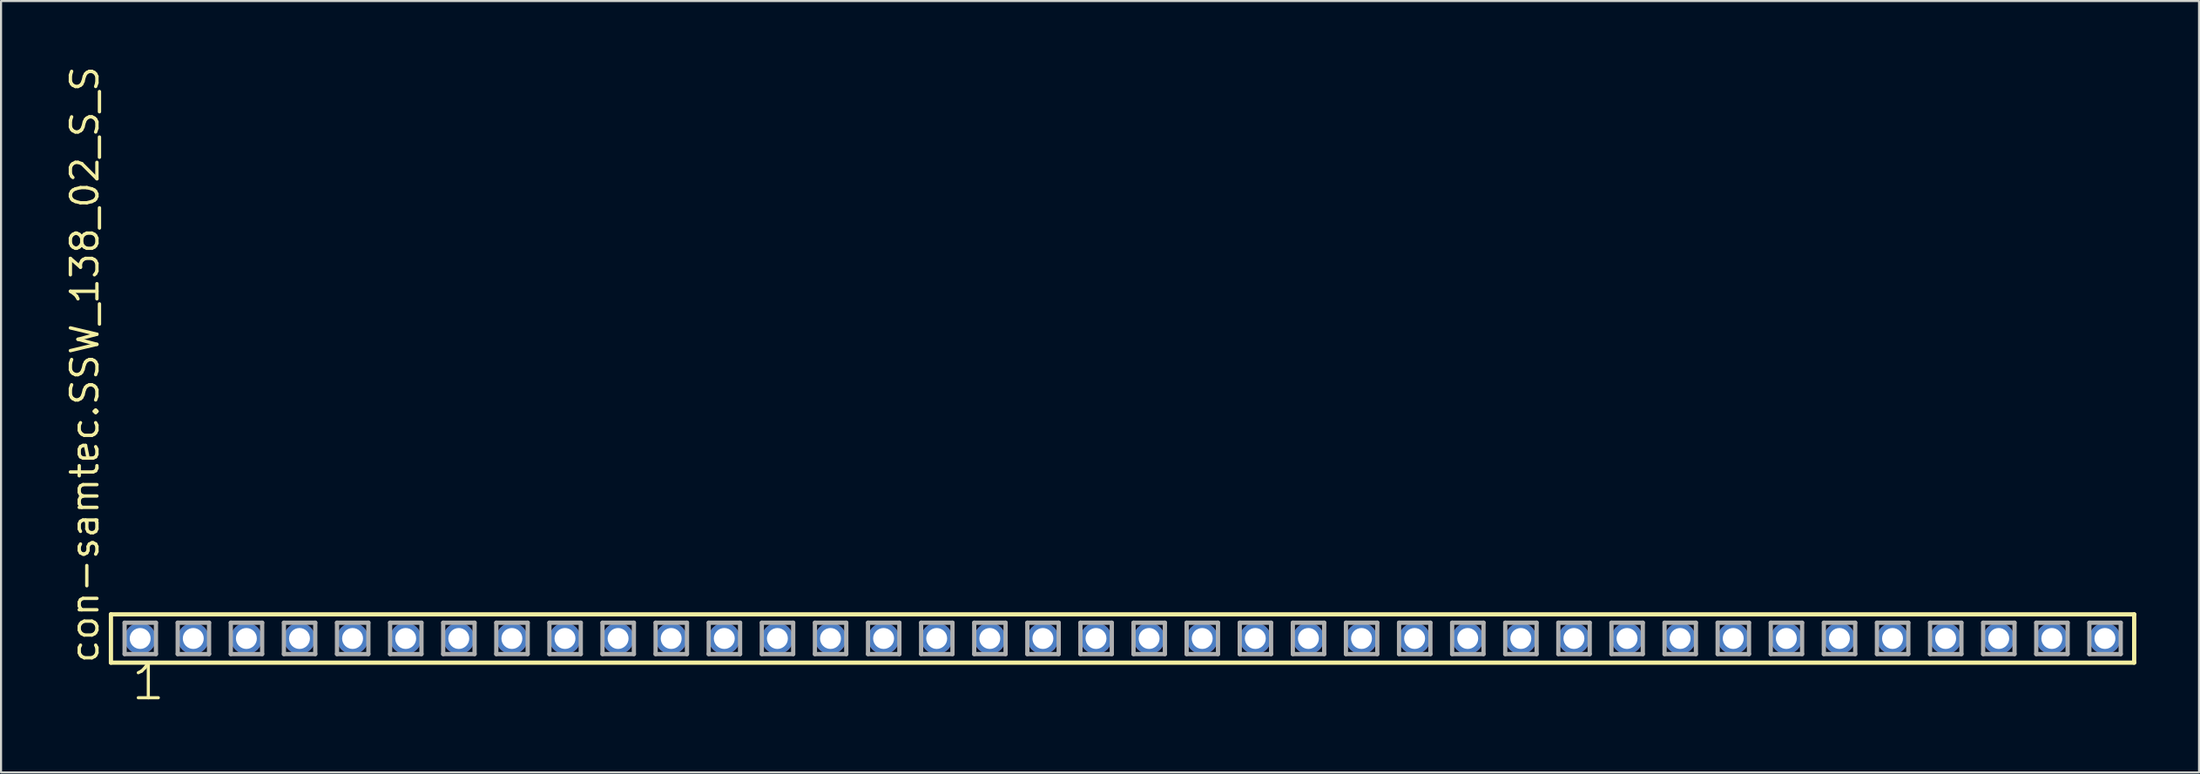
<source format=kicad_pcb>
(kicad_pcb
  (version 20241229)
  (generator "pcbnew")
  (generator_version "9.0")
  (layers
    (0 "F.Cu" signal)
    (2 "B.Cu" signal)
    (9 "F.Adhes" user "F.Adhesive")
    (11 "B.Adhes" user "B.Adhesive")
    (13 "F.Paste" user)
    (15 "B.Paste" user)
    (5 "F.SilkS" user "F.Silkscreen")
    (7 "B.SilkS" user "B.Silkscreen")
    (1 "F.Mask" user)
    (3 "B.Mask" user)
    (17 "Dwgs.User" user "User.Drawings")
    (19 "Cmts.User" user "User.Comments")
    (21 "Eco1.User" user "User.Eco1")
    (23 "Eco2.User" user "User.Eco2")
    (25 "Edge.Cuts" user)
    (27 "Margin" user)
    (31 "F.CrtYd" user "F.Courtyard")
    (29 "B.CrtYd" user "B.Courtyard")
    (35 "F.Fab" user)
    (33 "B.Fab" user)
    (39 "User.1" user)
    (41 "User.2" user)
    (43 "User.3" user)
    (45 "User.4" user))
  (footprint "con-samtec.SSW_138_02_S_S"
    (layer "F.Cu")
    (at 50.645 27.501)
    (property "Reference" "con-samtec.SSW_138_02_S_S" (at -48.895 1.27 90) (layer "F.SilkS") (effects (font (size 1.27 1.27) (thickness 0.16)) (justify left bottom)))
    (attr through_hole)
    (fp_line (start -48.389 -1.155) (end 48.389 -1.155) (stroke (width 0.203) (type default)) (layer "F.SilkS"))
    (fp_line (start -48.389 1.155) (end -48.389 -1.155) (stroke (width 0.203) (type default)) (layer "F.SilkS"))
    (fp_line (start 48.389 -1.155) (end 48.389 1.155) (stroke (width 0.203) (type default)) (layer "F.SilkS"))
    (fp_line (start 48.389 1.155) (end -48.389 1.155) (stroke (width 0.203) (type default)) (layer "F.SilkS"))
    (fp_line (start -47.735 -0.755) (end -46.235 -0.755) (stroke (width 0.203) (type default)) (layer "F.Fab"))
    (fp_line (start -47.735 0.745) (end -47.735 -0.755) (stroke (width 0.203) (type default)) (layer "F.Fab"))
    (fp_line (start -46.235 -0.755) (end -46.235 0.745) (stroke (width 0.203) (type default)) (layer "F.Fab"))
    (fp_line (start -46.235 0.745) (end -47.735 0.745) (stroke (width 0.203) (type default)) (layer "F.Fab"))
    (fp_line (start -45.195 -0.755) (end -43.695 -0.755) (stroke (width 0.203) (type default)) (layer "F.Fab"))
    (fp_line (start -45.195 0.745) (end -45.195 -0.755) (stroke (width 0.203) (type default)) (layer "F.Fab"))
    (fp_line (start -43.695 -0.755) (end -43.695 0.745) (stroke (width 0.203) (type default)) (layer "F.Fab"))
    (fp_line (start -43.695 0.745) (end -45.195 0.745) (stroke (width 0.203) (type default)) (layer "F.Fab"))
    (fp_line (start -42.655 -0.755) (end -41.155 -0.755) (stroke (width 0.203) (type default)) (layer "F.Fab"))
    (fp_line (start -42.655 0.745) (end -42.655 -0.755) (stroke (width 0.203) (type default)) (layer "F.Fab"))
    (fp_line (start -41.155 -0.755) (end -41.155 0.745) (stroke (width 0.203) (type default)) (layer "F.Fab"))
    (fp_line (start -41.155 0.745) (end -42.655 0.745) (stroke (width 0.203) (type default)) (layer "F.Fab"))
    (fp_line (start -40.115 -0.755) (end -38.615 -0.755) (stroke (width 0.203) (type default)) (layer "F.Fab"))
    (fp_line (start -40.115 0.745) (end -40.115 -0.755) (stroke (width 0.203) (type default)) (layer "F.Fab"))
    (fp_line (start -38.615 -0.755) (end -38.615 0.745) (stroke (width 0.203) (type default)) (layer "F.Fab"))
    (fp_line (start -38.615 0.745) (end -40.115 0.745) (stroke (width 0.203) (type default)) (layer "F.Fab"))
    (fp_line (start -37.575 -0.755) (end -36.075 -0.755) (stroke (width 0.203) (type default)) (layer "F.Fab"))
    (fp_line (start -37.575 0.745) (end -37.575 -0.755) (stroke (width 0.203) (type default)) (layer "F.Fab"))
    (fp_line (start -36.075 -0.755) (end -36.075 0.745) (stroke (width 0.203) (type default)) (layer "F.Fab"))
    (fp_line (start -36.075 0.745) (end -37.575 0.745) (stroke (width 0.203) (type default)) (layer "F.Fab"))
    (fp_line (start -35.035 -0.755) (end -33.535 -0.755) (stroke (width 0.203) (type default)) (layer "F.Fab"))
    (fp_line (start -35.035 0.745) (end -35.035 -0.755) (stroke (width 0.203) (type default)) (layer "F.Fab"))
    (fp_line (start -33.535 -0.755) (end -33.535 0.745) (stroke (width 0.203) (type default)) (layer "F.Fab"))
    (fp_line (start -33.535 0.745) (end -35.035 0.745) (stroke (width 0.203) (type default)) (layer "F.Fab"))
    (fp_line (start -32.495 -0.755) (end -30.995 -0.755) (stroke (width 0.203) (type default)) (layer "F.Fab"))
    (fp_line (start -32.495 0.745) (end -32.495 -0.755) (stroke (width 0.203) (type default)) (layer "F.Fab"))
    (fp_line (start -30.995 -0.755) (end -30.995 0.745) (stroke (width 0.203) (type default)) (layer "F.Fab"))
    (fp_line (start -30.995 0.745) (end -32.495 0.745) (stroke (width 0.203) (type default)) (layer "F.Fab"))
    (fp_line (start -29.955 -0.755) (end -28.455 -0.755) (stroke (width 0.203) (type default)) (layer "F.Fab"))
    (fp_line (start -29.955 0.745) (end -29.955 -0.755) (stroke (width 0.203) (type default)) (layer "F.Fab"))
    (fp_line (start -28.455 -0.755) (end -28.455 0.745) (stroke (width 0.203) (type default)) (layer "F.Fab"))
    (fp_line (start -28.455 0.745) (end -29.955 0.745) (stroke (width 0.203) (type default)) (layer "F.Fab"))
    (fp_line (start -27.415 -0.755) (end -25.915 -0.755) (stroke (width 0.203) (type default)) (layer "F.Fab"))
    (fp_line (start -27.415 0.745) (end -27.415 -0.755) (stroke (width 0.203) (type default)) (layer "F.Fab"))
    (fp_line (start -25.915 -0.755) (end -25.915 0.745) (stroke (width 0.203) (type default)) (layer "F.Fab"))
    (fp_line (start -25.915 0.745) (end -27.415 0.745) (stroke (width 0.203) (type default)) (layer "F.Fab"))
    (fp_line (start -24.875 -0.755) (end -23.375 -0.755) (stroke (width 0.203) (type default)) (layer "F.Fab"))
    (fp_line (start -24.875 0.745) (end -24.875 -0.755) (stroke (width 0.203) (type default)) (layer "F.Fab"))
    (fp_line (start -23.375 -0.755) (end -23.375 0.745) (stroke (width 0.203) (type default)) (layer "F.Fab"))
    (fp_line (start -23.375 0.745) (end -24.875 0.745) (stroke (width 0.203) (type default)) (layer "F.Fab"))
    (fp_line (start -22.335 -0.755) (end -20.835 -0.755) (stroke (width 0.203) (type default)) (layer "F.Fab"))
    (fp_line (start -22.335 0.745) (end -22.335 -0.755) (stroke (width 0.203) (type default)) (layer "F.Fab"))
    (fp_line (start -20.835 -0.755) (end -20.835 0.745) (stroke (width 0.203) (type default)) (layer "F.Fab"))
    (fp_line (start -20.835 0.745) (end -22.335 0.745) (stroke (width 0.203) (type default)) (layer "F.Fab"))
    (fp_line (start -19.795 -0.755) (end -18.295 -0.755) (stroke (width 0.203) (type default)) (layer "F.Fab"))
    (fp_line (start -19.795 0.745) (end -19.795 -0.755) (stroke (width 0.203) (type default)) (layer "F.Fab"))
    (fp_line (start -18.295 -0.755) (end -18.295 0.745) (stroke (width 0.203) (type default)) (layer "F.Fab"))
    (fp_line (start -18.295 0.745) (end -19.795 0.745) (stroke (width 0.203) (type default)) (layer "F.Fab"))
    (fp_line (start -17.255 -0.755) (end -15.755 -0.755) (stroke (width 0.203) (type default)) (layer "F.Fab"))
    (fp_line (start -17.255 0.745) (end -17.255 -0.755) (stroke (width 0.203) (type default)) (layer "F.Fab"))
    (fp_line (start -15.755 -0.755) (end -15.755 0.745) (stroke (width 0.203) (type default)) (layer "F.Fab"))
    (fp_line (start -15.755 0.745) (end -17.255 0.745) (stroke (width 0.203) (type default)) (layer "F.Fab"))
    (fp_line (start -14.715 -0.755) (end -13.215 -0.755) (stroke (width 0.203) (type default)) (layer "F.Fab"))
    (fp_line (start -14.715 0.745) (end -14.715 -0.755) (stroke (width 0.203) (type default)) (layer "F.Fab"))
    (fp_line (start -13.215 -0.755) (end -13.215 0.745) (stroke (width 0.203) (type default)) (layer "F.Fab"))
    (fp_line (start -13.215 0.745) (end -14.715 0.745) (stroke (width 0.203) (type default)) (layer "F.Fab"))
    (fp_line (start -12.175 -0.755) (end -10.675 -0.755) (stroke (width 0.203) (type default)) (layer "F.Fab"))
    (fp_line (start -12.175 0.745) (end -12.175 -0.755) (stroke (width 0.203) (type default)) (layer "F.Fab"))
    (fp_line (start -10.675 -0.755) (end -10.675 0.745) (stroke (width 0.203) (type default)) (layer "F.Fab"))
    (fp_line (start -10.675 0.745) (end -12.175 0.745) (stroke (width 0.203) (type default)) (layer "F.Fab"))
    (fp_line (start -9.635 -0.755) (end -8.135 -0.755) (stroke (width 0.203) (type default)) (layer "F.Fab"))
    (fp_line (start -9.635 0.745) (end -9.635 -0.755) (stroke (width 0.203) (type default)) (layer "F.Fab"))
    (fp_line (start -8.135 -0.755) (end -8.135 0.745) (stroke (width 0.203) (type default)) (layer "F.Fab"))
    (fp_line (start -8.135 0.745) (end -9.635 0.745) (stroke (width 0.203) (type default)) (layer "F.Fab"))
    (fp_line (start -7.095 -0.755) (end -5.595 -0.755) (stroke (width 0.203) (type default)) (layer "F.Fab"))
    (fp_line (start -7.095 0.745) (end -7.095 -0.755) (stroke (width 0.203) (type default)) (layer "F.Fab"))
    (fp_line (start -5.595 -0.755) (end -5.595 0.745) (stroke (width 0.203) (type default)) (layer "F.Fab"))
    (fp_line (start -5.595 0.745) (end -7.095 0.745) (stroke (width 0.203) (type default)) (layer "F.Fab"))
    (fp_line (start -4.555 -0.755) (end -3.055 -0.755) (stroke (width 0.203) (type default)) (layer "F.Fab"))
    (fp_line (start -4.555 0.745) (end -4.555 -0.755) (stroke (width 0.203) (type default)) (layer "F.Fab"))
    (fp_line (start -3.055 -0.755) (end -3.055 0.745) (stroke (width 0.203) (type default)) (layer "F.Fab"))
    (fp_line (start -3.055 0.745) (end -4.555 0.745) (stroke (width 0.203) (type default)) (layer "F.Fab"))
    (fp_line (start -2.015 -0.755) (end -0.515 -0.755) (stroke (width 0.203) (type default)) (layer "F.Fab"))
    (fp_line (start -2.015 0.745) (end -2.015 -0.755) (stroke (width 0.203) (type default)) (layer "F.Fab"))
    (fp_line (start -0.515 -0.755) (end -0.515 0.745) (stroke (width 0.203) (type default)) (layer "F.Fab"))
    (fp_line (start -0.515 0.745) (end -2.015 0.745) (stroke (width 0.203) (type default)) (layer "F.Fab"))
    (fp_line (start 0.525 -0.755) (end 2.025 -0.755) (stroke (width 0.203) (type default)) (layer "F.Fab"))
    (fp_line (start 0.525 0.745) (end 0.525 -0.755) (stroke (width 0.203) (type default)) (layer "F.Fab"))
    (fp_line (start 2.025 -0.755) (end 2.025 0.745) (stroke (width 0.203) (type default)) (layer "F.Fab"))
    (fp_line (start 2.025 0.745) (end 0.525 0.745) (stroke (width 0.203) (type default)) (layer "F.Fab"))
    (fp_line (start 3.065 -0.755) (end 4.565 -0.755) (stroke (width 0.203) (type default)) (layer "F.Fab"))
    (fp_line (start 3.065 0.745) (end 3.065 -0.755) (stroke (width 0.203) (type default)) (layer "F.Fab"))
    (fp_line (start 4.565 -0.755) (end 4.565 0.745) (stroke (width 0.203) (type default)) (layer "F.Fab"))
    (fp_line (start 4.565 0.745) (end 3.065 0.745) (stroke (width 0.203) (type default)) (layer "F.Fab"))
    (fp_line (start 5.605 -0.755) (end 7.105 -0.755) (stroke (width 0.203) (type default)) (layer "F.Fab"))
    (fp_line (start 5.605 0.745) (end 5.605 -0.755) (stroke (width 0.203) (type default)) (layer "F.Fab"))
    (fp_line (start 7.105 -0.755) (end 7.105 0.745) (stroke (width 0.203) (type default)) (layer "F.Fab"))
    (fp_line (start 7.105 0.745) (end 5.605 0.745) (stroke (width 0.203) (type default)) (layer "F.Fab"))
    (fp_line (start 8.145 -0.755) (end 9.645 -0.755) (stroke (width 0.203) (type default)) (layer "F.Fab"))
    (fp_line (start 8.145 0.745) (end 8.145 -0.755) (stroke (width 0.203) (type default)) (layer "F.Fab"))
    (fp_line (start 9.645 -0.755) (end 9.645 0.745) (stroke (width 0.203) (type default)) (layer "F.Fab"))
    (fp_line (start 9.645 0.745) (end 8.145 0.745) (stroke (width 0.203) (type default)) (layer "F.Fab"))
    (fp_line (start 10.685 -0.755) (end 12.185 -0.755) (stroke (width 0.203) (type default)) (layer "F.Fab"))
    (fp_line (start 10.685 0.745) (end 10.685 -0.755) (stroke (width 0.203) (type default)) (layer "F.Fab"))
    (fp_line (start 12.185 -0.755) (end 12.185 0.745) (stroke (width 0.203) (type default)) (layer "F.Fab"))
    (fp_line (start 12.185 0.745) (end 10.685 0.745) (stroke (width 0.203) (type default)) (layer "F.Fab"))
    (fp_line (start 13.225 -0.755) (end 14.725 -0.755) (stroke (width 0.203) (type default)) (layer "F.Fab"))
    (fp_line (start 13.225 0.745) (end 13.225 -0.755) (stroke (width 0.203) (type default)) (layer "F.Fab"))
    (fp_line (start 14.725 -0.755) (end 14.725 0.745) (stroke (width 0.203) (type default)) (layer "F.Fab"))
    (fp_line (start 14.725 0.745) (end 13.225 0.745) (stroke (width 0.203) (type default)) (layer "F.Fab"))
    (fp_line (start 15.765 -0.755) (end 17.265 -0.755) (stroke (width 0.203) (type default)) (layer "F.Fab"))
    (fp_line (start 15.765 0.745) (end 15.765 -0.755) (stroke (width 0.203) (type default)) (layer "F.Fab"))
    (fp_line (start 17.265 -0.755) (end 17.265 0.745) (stroke (width 0.203) (type default)) (layer "F.Fab"))
    (fp_line (start 17.265 0.745) (end 15.765 0.745) (stroke (width 0.203) (type default)) (layer "F.Fab"))
    (fp_line (start 18.305 -0.755) (end 19.805 -0.755) (stroke (width 0.203) (type default)) (layer "F.Fab"))
    (fp_line (start 18.305 0.745) (end 18.305 -0.755) (stroke (width 0.203) (type default)) (layer "F.Fab"))
    (fp_line (start 19.805 -0.755) (end 19.805 0.745) (stroke (width 0.203) (type default)) (layer "F.Fab"))
    (fp_line (start 19.805 0.745) (end 18.305 0.745) (stroke (width 0.203) (type default)) (layer "F.Fab"))
    (fp_line (start 20.845 -0.755) (end 22.345 -0.755) (stroke (width 0.203) (type default)) (layer "F.Fab"))
    (fp_line (start 20.845 0.745) (end 20.845 -0.755) (stroke (width 0.203) (type default)) (layer "F.Fab"))
    (fp_line (start 22.345 -0.755) (end 22.345 0.745) (stroke (width 0.203) (type default)) (layer "F.Fab"))
    (fp_line (start 22.345 0.745) (end 20.845 0.745) (stroke (width 0.203) (type default)) (layer "F.Fab"))
    (fp_line (start 23.385 -0.755) (end 24.885 -0.755) (stroke (width 0.203) (type default)) (layer "F.Fab"))
    (fp_line (start 23.385 0.745) (end 23.385 -0.755) (stroke (width 0.203) (type default)) (layer "F.Fab"))
    (fp_line (start 24.885 -0.755) (end 24.885 0.745) (stroke (width 0.203) (type default)) (layer "F.Fab"))
    (fp_line (start 24.885 0.745) (end 23.385 0.745) (stroke (width 0.203) (type default)) (layer "F.Fab"))
    (fp_line (start 25.925 -0.755) (end 27.425 -0.755) (stroke (width 0.203) (type default)) (layer "F.Fab"))
    (fp_line (start 25.925 0.745) (end 25.925 -0.755) (stroke (width 0.203) (type default)) (layer "F.Fab"))
    (fp_line (start 27.425 -0.755) (end 27.425 0.745) (stroke (width 0.203) (type default)) (layer "F.Fab"))
    (fp_line (start 27.425 0.745) (end 25.925 0.745) (stroke (width 0.203) (type default)) (layer "F.Fab"))
    (fp_line (start 28.465 -0.755) (end 29.965 -0.755) (stroke (width 0.203) (type default)) (layer "F.Fab"))
    (fp_line (start 28.465 0.745) (end 28.465 -0.755) (stroke (width 0.203) (type default)) (layer "F.Fab"))
    (fp_line (start 29.965 -0.755) (end 29.965 0.745) (stroke (width 0.203) (type default)) (layer "F.Fab"))
    (fp_line (start 29.965 0.745) (end 28.465 0.745) (stroke (width 0.203) (type default)) (layer "F.Fab"))
    (fp_line (start 31.005 -0.755) (end 32.505 -0.755) (stroke (width 0.203) (type default)) (layer "F.Fab"))
    (fp_line (start 31.005 0.745) (end 31.005 -0.755) (stroke (width 0.203) (type default)) (layer "F.Fab"))
    (fp_line (start 32.505 -0.755) (end 32.505 0.745) (stroke (width 0.203) (type default)) (layer "F.Fab"))
    (fp_line (start 32.505 0.745) (end 31.005 0.745) (stroke (width 0.203) (type default)) (layer "F.Fab"))
    (fp_line (start 33.545 -0.755) (end 35.045 -0.755) (stroke (width 0.203) (type default)) (layer "F.Fab"))
    (fp_line (start 33.545 0.745) (end 33.545 -0.755) (stroke (width 0.203) (type default)) (layer "F.Fab"))
    (fp_line (start 35.045 -0.755) (end 35.045 0.745) (stroke (width 0.203) (type default)) (layer "F.Fab"))
    (fp_line (start 35.045 0.745) (end 33.545 0.745) (stroke (width 0.203) (type default)) (layer "F.Fab"))
    (fp_line (start 36.085 -0.755) (end 37.585 -0.755) (stroke (width 0.203) (type default)) (layer "F.Fab"))
    (fp_line (start 36.085 0.745) (end 36.085 -0.755) (stroke (width 0.203) (type default)) (layer "F.Fab"))
    (fp_line (start 37.585 -0.755) (end 37.585 0.745) (stroke (width 0.203) (type default)) (layer "F.Fab"))
    (fp_line (start 37.585 0.745) (end 36.085 0.745) (stroke (width 0.203) (type default)) (layer "F.Fab"))
    (fp_line (start 38.625 -0.755) (end 40.125 -0.755) (stroke (width 0.203) (type default)) (layer "F.Fab"))
    (fp_line (start 38.625 0.745) (end 38.625 -0.755) (stroke (width 0.203) (type default)) (layer "F.Fab"))
    (fp_line (start 40.125 -0.755) (end 40.125 0.745) (stroke (width 0.203) (type default)) (layer "F.Fab"))
    (fp_line (start 40.125 0.745) (end 38.625 0.745) (stroke (width 0.203) (type default)) (layer "F.Fab"))
    (fp_line (start 41.165 -0.755) (end 42.665 -0.755) (stroke (width 0.203) (type default)) (layer "F.Fab"))
    (fp_line (start 41.165 0.745) (end 41.165 -0.755) (stroke (width 0.203) (type default)) (layer "F.Fab"))
    (fp_line (start 42.665 -0.755) (end 42.665 0.745) (stroke (width 0.203) (type default)) (layer "F.Fab"))
    (fp_line (start 42.665 0.745) (end 41.165 0.745) (stroke (width 0.203) (type default)) (layer "F.Fab"))
    (fp_line (start 43.705 -0.755) (end 45.205 -0.755) (stroke (width 0.203) (type default)) (layer "F.Fab"))
    (fp_line (start 43.705 0.745) (end 43.705 -0.755) (stroke (width 0.203) (type default)) (layer "F.Fab"))
    (fp_line (start 45.205 -0.755) (end 45.205 0.745) (stroke (width 0.203) (type default)) (layer "F.Fab"))
    (fp_line (start 45.205 0.745) (end 43.705 0.745) (stroke (width 0.203) (type default)) (layer "F.Fab"))
    (fp_line (start 46.245 -0.755) (end 47.745 -0.755) (stroke (width 0.203) (type default)) (layer "F.Fab"))
    (fp_line (start 46.245 0.745) (end 46.245 -0.755) (stroke (width 0.203) (type default)) (layer "F.Fab"))
    (fp_line (start 47.745 -0.755) (end 47.745 0.745) (stroke (width 0.203) (type default)) (layer "F.Fab"))
    (fp_line (start 47.745 0.745) (end 46.245 0.745) (stroke (width 0.203) (type default)) (layer "F.Fab"))
    (fp_text user "1" (at -47.498 3.048 0) (layer "F.SilkS") (effects (font (size 1.676 1.676) (thickness 0.15)) (justify left bottom)))
    (pad "1" thru_hole circle (at -46.99 0) (size 1.5 1.5) (drill 1) (layers "*.Cu" "*.Mask"))
    (pad "2" thru_hole circle (at -44.45 0) (size 1.5 1.5) (drill 1) (layers "*.Cu" "*.Mask"))
    (pad "3" thru_hole circle (at -41.91 0) (size 1.5 1.5) (drill 1) (layers "*.Cu" "*.Mask"))
    (pad "4" thru_hole circle (at -39.37 0) (size 1.5 1.5) (drill 1) (layers "*.Cu" "*.Mask"))
    (pad "5" thru_hole circle (at -36.83 0) (size 1.5 1.5) (drill 1) (layers "*.Cu" "*.Mask"))
    (pad "6" thru_hole circle (at -34.29 0) (size 1.5 1.5) (drill 1) (layers "*.Cu" "*.Mask"))
    (pad "7" thru_hole circle (at -31.75 0) (size 1.5 1.5) (drill 1) (layers "*.Cu" "*.Mask"))
    (pad "8" thru_hole circle (at -29.21 0) (size 1.5 1.5) (drill 1) (layers "*.Cu" "*.Mask"))
    (pad "9" thru_hole circle (at -26.67 0) (size 1.5 1.5) (drill 1) (layers "*.Cu" "*.Mask"))
    (pad "10" thru_hole circle (at -24.13 0) (size 1.5 1.5) (drill 1) (layers "*.Cu" "*.Mask"))
    (pad "11" thru_hole circle (at -21.59 0) (size 1.5 1.5) (drill 1) (layers "*.Cu" "*.Mask"))
    (pad "12" thru_hole circle (at -19.05 0) (size 1.5 1.5) (drill 1) (layers "*.Cu" "*.Mask"))
    (pad "13" thru_hole circle (at -16.51 0) (size 1.5 1.5) (drill 1) (layers "*.Cu" "*.Mask"))
    (pad "14" thru_hole circle (at -13.97 0) (size 1.5 1.5) (drill 1) (layers "*.Cu" "*.Mask"))
    (pad "15" thru_hole circle (at -11.43 0) (size 1.5 1.5) (drill 1) (layers "*.Cu" "*.Mask"))
    (pad "16" thru_hole circle (at -8.89 0) (size 1.5 1.5) (drill 1) (layers "*.Cu" "*.Mask"))
    (pad "17" thru_hole circle (at -6.35 0) (size 1.5 1.5) (drill 1) (layers "*.Cu" "*.Mask"))
    (pad "18" thru_hole circle (at -3.81 0) (size 1.5 1.5) (drill 1) (layers "*.Cu" "*.Mask"))
    (pad "19" thru_hole circle (at -1.27 0) (size 1.5 1.5) (drill 1) (layers "*.Cu" "*.Mask"))
    (pad "20" thru_hole circle (at 1.27 0) (size 1.5 1.5) (drill 1) (layers "*.Cu" "*.Mask"))
    (pad "21" thru_hole circle (at 3.81 0) (size 1.5 1.5) (drill 1) (layers "*.Cu" "*.Mask"))
    (pad "22" thru_hole circle (at 6.35 0) (size 1.5 1.5) (drill 1) (layers "*.Cu" "*.Mask"))
    (pad "23" thru_hole circle (at 8.89 0) (size 1.5 1.5) (drill 1) (layers "*.Cu" "*.Mask"))
    (pad "24" thru_hole circle (at 11.43 0) (size 1.5 1.5) (drill 1) (layers "*.Cu" "*.Mask"))
    (pad "25" thru_hole circle (at 13.97 0) (size 1.5 1.5) (drill 1) (layers "*.Cu" "*.Mask"))
    (pad "26" thru_hole circle (at 16.51 0) (size 1.5 1.5) (drill 1) (layers "*.Cu" "*.Mask"))
    (pad "27" thru_hole circle (at 19.05 0) (size 1.5 1.5) (drill 1) (layers "*.Cu" "*.Mask"))
    (pad "28" thru_hole circle (at 21.59 0) (size 1.5 1.5) (drill 1) (layers "*.Cu" "*.Mask"))
    (pad "29" thru_hole circle (at 24.13 0) (size 1.5 1.5) (drill 1) (layers "*.Cu" "*.Mask"))
    (pad "30" thru_hole circle (at 26.67 0) (size 1.5 1.5) (drill 1) (layers "*.Cu" "*.Mask"))
    (pad "31" thru_hole circle (at 29.21 0) (size 1.5 1.5) (drill 1) (layers "*.Cu" "*.Mask"))
    (pad "32" thru_hole circle (at 31.75 0) (size 1.5 1.5) (drill 1) (layers "*.Cu" "*.Mask"))
    (pad "33" thru_hole circle (at 34.29 0) (size 1.5 1.5) (drill 1) (layers "*.Cu" "*.Mask"))
    (pad "34" thru_hole circle (at 36.83 0) (size 1.5 1.5) (drill 1) (layers "*.Cu" "*.Mask"))
    (pad "35" thru_hole circle (at 39.37 0) (size 1.5 1.5) (drill 1) (layers "*.Cu" "*.Mask"))
    (pad "36" thru_hole circle (at 41.91 0) (size 1.5 1.5) (drill 1) (layers "*.Cu" "*.Mask"))
    (pad "37" thru_hole circle (at 44.45 0) (size 1.5 1.5) (drill 1) (layers "*.Cu" "*.Mask"))
    (pad "38" thru_hole circle (at 46.99 0) (size 1.5 1.5) (drill 1) (layers "*.Cu" "*.Mask")))
  (gr_rect
    (start -3 -3)
    (end 102.136 33.91)
    (stroke (width 0.1) (type default))
    (fill no)
    (layer "Edge.Cuts")))
</source>
